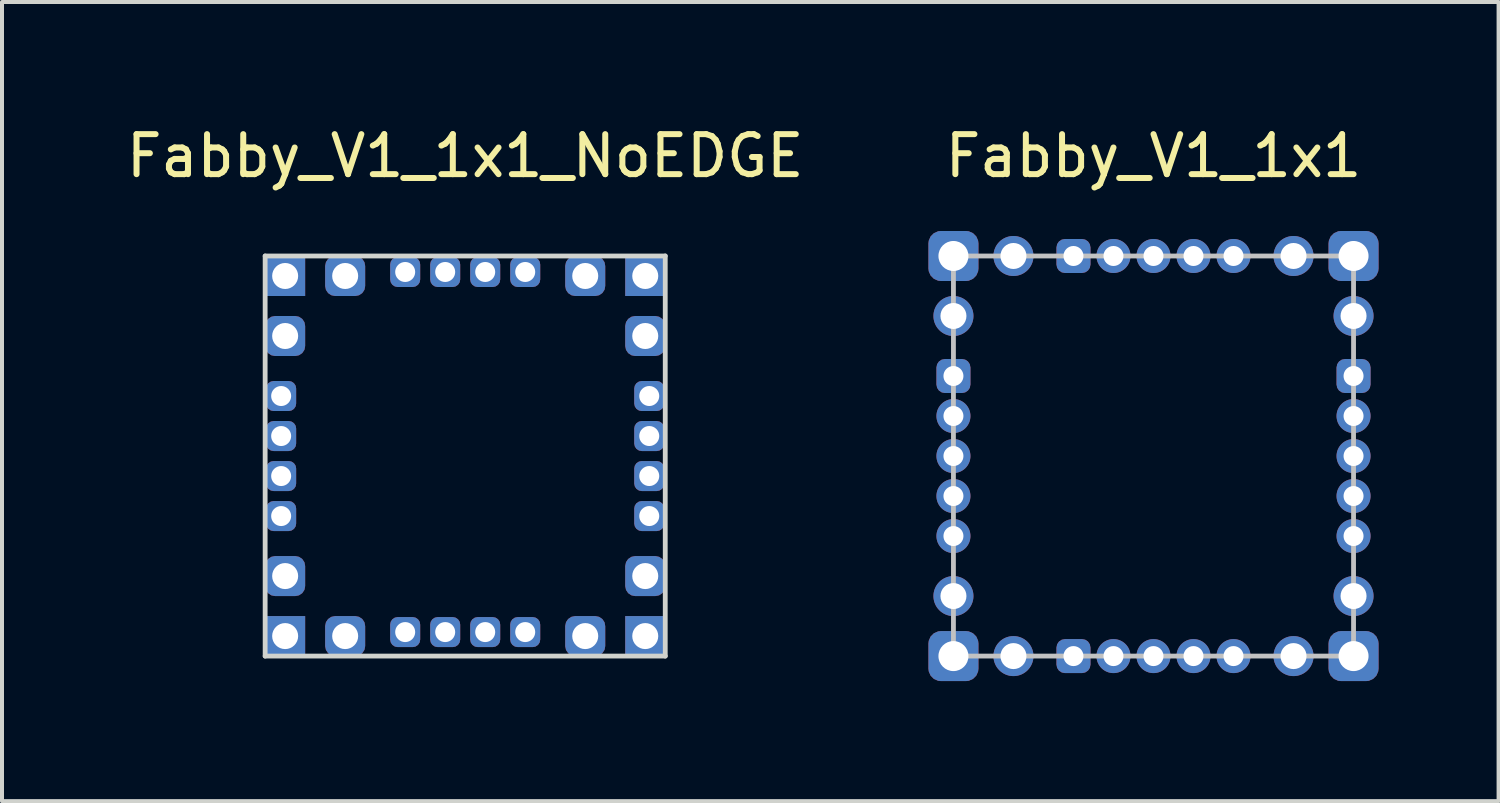
<source format=kicad_pcb>
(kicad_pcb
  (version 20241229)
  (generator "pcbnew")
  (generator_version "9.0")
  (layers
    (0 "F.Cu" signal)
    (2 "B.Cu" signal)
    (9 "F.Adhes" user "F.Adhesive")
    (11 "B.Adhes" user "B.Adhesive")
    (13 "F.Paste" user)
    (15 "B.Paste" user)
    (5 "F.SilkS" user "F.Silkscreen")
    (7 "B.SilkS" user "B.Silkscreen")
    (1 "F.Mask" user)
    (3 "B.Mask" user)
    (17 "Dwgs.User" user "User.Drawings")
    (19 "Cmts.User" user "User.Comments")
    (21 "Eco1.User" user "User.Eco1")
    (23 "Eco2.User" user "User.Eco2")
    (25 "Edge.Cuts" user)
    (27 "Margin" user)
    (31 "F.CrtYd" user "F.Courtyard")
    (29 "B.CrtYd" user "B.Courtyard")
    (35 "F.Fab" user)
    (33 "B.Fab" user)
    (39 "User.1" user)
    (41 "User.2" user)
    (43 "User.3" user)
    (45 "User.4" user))
  (footprint "Fabby_V1_1x1"
    (layer "F.Cu")
    (at 25.78 8.348)
    (property "Reference" "Fabby_V1_1x1" (at 0 -7.5 0) (layer "F.SilkS") (effects (font (size 1 1) (thickness 0.15))))
    (attr through_hole)
    (fp_line (start -5 -5) (end 5 -5) (stroke (width 0.12) (type solid)) (layer "Dwgs.User"))
    (fp_line (start -5 5) (end -5 -5) (stroke (width 0.12) (type solid)) (layer "Dwgs.User"))
    (fp_line (start 5 -5) (end 5 5) (stroke (width 0.12) (type solid)) (layer "Dwgs.User"))
    (fp_line (start 5 5) (end -5 5) (stroke (width 0.12) (type solid)) (layer "Dwgs.User"))
    (pad "1" thru_hole roundrect (at -5 -5) (size 1.25 1.25) (drill 0.75) (layers "*.Cu" "*.Mask") (roundrect_rratio 0.25))
    (pad "2" thru_hole circle (at -3.5 -5) (size 1 1) (drill 0.65) (layers "*.Cu" "*.Mask"))
    (pad "3" thru_hole circle (at 3.5 -5 270) (size 1 1) (drill 0.65) (layers "*.Cu" "*.Mask"))
    (pad "4" thru_hole roundrect (at 5 -5 270) (size 1.25 1.25) (drill 0.75) (layers "*.Cu" "*.Mask") (roundrect_rratio 0.25))
    (pad "5" thru_hole circle (at 5 -3.5 270) (size 1 1) (drill 0.65) (layers "*.Cu" "*.Mask"))
    (pad "6" thru_hole circle (at 5 3.5 180) (size 1 1) (drill 0.65) (layers "*.Cu" "*.Mask"))
    (pad "7" thru_hole roundrect (at 5 5 180) (size 1.25 1.25) (drill 0.75) (layers "*.Cu" "*.Mask") (roundrect_rratio 0.25))
    (pad "8" thru_hole circle (at 3.5 5 180) (size 1 1) (drill 0.65) (layers "*.Cu" "*.Mask"))
    (pad "9" thru_hole circle (at -3.5 5 90) (size 1 1) (drill 0.65) (layers "*.Cu" "*.Mask"))
    (pad "10" thru_hole roundrect (at -5 5 90) (size 1.25 1.25) (drill 0.75) (layers "*.Cu" "*.Mask") (roundrect_rratio 0.25))
    (pad "11" thru_hole circle (at -5 3.5 90) (size 1 1) (drill 0.65) (layers "*.Cu" "*.Mask"))
    (pad "12" thru_hole circle (at -5 -3.5) (size 1 1) (drill 0.65) (layers "*.Cu" "*.Mask"))
    (pad "13" thru_hole roundrect (at -2 -5 90) (size 0.85 0.85) (drill 0.5) (layers "*.Cu" "*.Mask") (roundrect_rratio 0.25))
    (pad "14" thru_hole circle (at -1 -5 90) (size 0.85 0.85) (drill 0.5) (layers "*.Cu" "*.Mask"))
    (pad "15" thru_hole circle (at 0 -5 90) (size 0.85 0.85) (drill 0.5) (layers "*.Cu" "*.Mask"))
    (pad "16" thru_hole circle (at 1 -5 90) (size 0.85 0.85) (drill 0.5) (layers "*.Cu" "*.Mask"))
    (pad "17" thru_hole circle (at 2 -5 90) (size 0.85 0.85) (drill 0.5) (layers "*.Cu" "*.Mask"))
    (pad "18" thru_hole roundrect (at -2 5 90) (size 0.85 0.85) (drill 0.5) (layers "*.Cu" "*.Mask") (roundrect_rratio 0.25))
    (pad "19" thru_hole circle (at -1 5 90) (size 0.85 0.85) (drill 0.5) (layers "*.Cu" "*.Mask"))
    (pad "20" thru_hole circle (at 0 5 90) (size 0.85 0.85) (drill 0.5) (layers "*.Cu" "*.Mask"))
    (pad "21" thru_hole circle (at 1 5 90) (size 0.85 0.85) (drill 0.5) (layers "*.Cu" "*.Mask"))
    (pad "22" thru_hole circle (at 2 5 90) (size 0.85 0.85) (drill 0.5) (layers "*.Cu" "*.Mask"))
    (pad "23" thru_hole roundrect (at -5 -2 90) (size 0.85 0.85) (drill 0.5) (layers "*.Cu" "*.Mask") (roundrect_rratio 0.25))
    (pad "24" thru_hole circle (at -5 -1 90) (size 0.85 0.85) (drill 0.5) (layers "*.Cu" "*.Mask"))
    (pad "25" thru_hole circle (at -5 0 90) (size 0.85 0.85) (drill 0.5) (layers "*.Cu" "*.Mask"))
    (pad "26" thru_hole circle (at -5 1 90) (size 0.85 0.85) (drill 0.5) (layers "*.Cu" "*.Mask"))
    (pad "27" thru_hole circle (at -5 2 90) (size 0.85 0.85) (drill 0.5) (layers "*.Cu" "*.Mask"))
    (pad "28" thru_hole roundrect (at 5 -2 90) (size 0.85 0.85) (drill 0.5) (layers "*.Cu" "*.Mask") (roundrect_rratio 0.25))
    (pad "29" thru_hole circle (at 5 -1 90) (size 0.85 0.85) (drill 0.5) (layers "*.Cu" "*.Mask"))
    (pad "30" thru_hole circle (at 5 0 90) (size 0.85 0.85) (drill 0.5) (layers "*.Cu" "*.Mask"))
    (pad "31" thru_hole circle (at 5 1 90) (size 0.85 0.85) (drill 0.5) (layers "*.Cu" "*.Mask"))
    (pad "32" thru_hole circle (at 5 2 90) (size 0.85 0.85) (drill 0.5) (layers "*.Cu" "*.Mask")))
  (footprint "Fabby_V1_1x1_NoEDGE"
    (layer "F.Cu")
    (at 8.577 8.348)
    (property "Reference" "Fabby_V1_1x1_NoEDGE" (at 0 -7.5 0) (layer "F.SilkS") (effects (font (size 1 1) (thickness 0.15))))
    (attr through_hole)
    (fp_line (start -5 -5) (end 5 -5) (stroke (width 0.12) (type solid)) (layer "Edge.Cuts"))
    (fp_line (start -5 5) (end -5 -5) (stroke (width 0.12) (type solid)) (layer "Edge.Cuts"))
    (fp_line (start 5 -5) (end 5 5) (stroke (width 0.12) (type solid)) (layer "Edge.Cuts"))
    (fp_line (start 5 5) (end -5 5) (stroke (width 0.12) (type solid)) (layer "Edge.Cuts"))
    (pad "1" thru_hole rect (at -4.5 -4.5) (size 1 1) (drill 0.65) (layers "*.Cu" "*.Mask"))
    (pad "1" thru_hole rect (at -4.5 4.5) (size 1 1) (drill 0.65) (layers "*.Cu" "*.Mask"))
    (pad "2" thru_hole roundrect (at -4.5 3 90) (size 1 1) (drill 0.65) (layers "*.Cu" "*.Mask") (roundrect_rratio 0.25))
    (pad "2" thru_hole roundrect (at -3 -4.5) (size 1 1) (drill 0.65) (layers "*.Cu" "*.Mask") (roundrect_rratio 0.25))
    (pad "2" thru_hole roundrect (at -3 4.5) (size 1 1) (drill 0.65) (layers "*.Cu" "*.Mask") (roundrect_rratio 0.25))
    (pad "2" thru_hole roundrect (at 4.5 -3 270) (size 1 1) (drill 0.65) (layers "*.Cu" "*.Mask") (roundrect_rratio 0.25))
    (pad "3" thru_hole roundrect (at -4.5 -3) (size 1 1) (drill 0.65) (layers "*.Cu" "*.Mask") (roundrect_rratio 0.25))
    (pad "3" thru_hole roundrect (at 3 -4.5 270) (size 1 1) (drill 0.65) (layers "*.Cu" "*.Mask") (roundrect_rratio 0.25))
    (pad "3" thru_hole roundrect (at 3 4.5 270) (size 1 1) (drill 0.65) (layers "*.Cu" "*.Mask") (roundrect_rratio 0.25))
    (pad "3" thru_hole roundrect (at 4.5 3 180) (size 1 1) (drill 0.65) (layers "*.Cu" "*.Mask") (roundrect_rratio 0.25))
    (pad "4" thru_hole rect (at 4.5 -4.5 270) (size 1 1) (drill 0.65) (layers "*.Cu" "*.Mask"))
    (pad "4" thru_hole rect (at 4.5 4.5 270) (size 1 1) (drill 0.65) (layers "*.Cu" "*.Mask"))
    (pad "13" thru_hole roundrect (at -4.6 1.5 180) (size 0.75 0.75) (drill 0.5) (layers "*.Cu" "*.Mask") (roundrect_rratio 0.25))
    (pad "13" thru_hole roundrect (at -1.5 -4.6 90) (size 0.75 0.75) (drill 0.5) (layers "*.Cu" "*.Mask") (roundrect_rratio 0.25))
    (pad "13" thru_hole roundrect (at -1.5 4.4 90) (size 0.75 0.75) (drill 0.5) (layers "*.Cu" "*.Mask") (roundrect_rratio 0.25))
    (pad "13" thru_hole roundrect (at 4.6 -1.5) (size 0.75 0.75) (drill 0.5) (layers "*.Cu" "*.Mask") (roundrect_rratio 0.25))
    (pad "14" thru_hole roundrect (at -4.6 0.5 180) (size 0.75 0.75) (drill 0.5) (layers "*.Cu" "*.Mask") (roundrect_rratio 0.25))
    (pad "14" thru_hole roundrect (at -0.5 -4.6 90) (size 0.75 0.75) (drill 0.5) (layers "*.Cu" "*.Mask") (roundrect_rratio 0.25))
    (pad "14" thru_hole roundrect (at -0.5 4.4 90) (size 0.75 0.75) (drill 0.5) (layers "*.Cu" "*.Mask") (roundrect_rratio 0.25))
    (pad "14" thru_hole roundrect (at 4.6 -0.5) (size 0.75 0.75) (drill 0.5) (layers "*.Cu" "*.Mask") (roundrect_rratio 0.25))
    (pad "15" thru_hole roundrect (at -4.6 -0.5 180) (size 0.75 0.75) (drill 0.5) (layers "*.Cu" "*.Mask") (roundrect_rratio 0.25))
    (pad "15" thru_hole roundrect (at 0.5 -4.6 90) (size 0.75 0.75) (drill 0.5) (layers "*.Cu" "*.Mask") (roundrect_rratio 0.25))
    (pad "15" thru_hole roundrect (at 0.5 4.4 90) (size 0.75 0.75) (drill 0.5) (layers "*.Cu" "*.Mask") (roundrect_rratio 0.25))
    (pad "15" thru_hole roundrect (at 4.6 0.5) (size 0.75 0.75) (drill 0.5) (layers "*.Cu" "*.Mask") (roundrect_rratio 0.25))
    (pad "16" thru_hole roundrect (at -4.6 -1.5 180) (size 0.75 0.75) (drill 0.5) (layers "*.Cu" "*.Mask") (roundrect_rratio 0.25))
    (pad "16" thru_hole roundrect (at 1.5 -4.6 90) (size 0.75 0.75) (drill 0.5) (layers "*.Cu" "*.Mask") (roundrect_rratio 0.25))
    (pad "16" thru_hole roundrect (at 1.5 4.4 90) (size 0.75 0.75) (drill 0.5) (layers "*.Cu" "*.Mask") (roundrect_rratio 0.25))
    (pad "16" thru_hole roundrect (at 4.6 1.5) (size 0.75 0.75) (drill 0.5) (layers "*.Cu" "*.Mask") (roundrect_rratio 0.25)))
  (gr_rect
    (start -3 -3)
    (end 34.405 16.973)
    (stroke (width 0.1) (type default))
    (fill no)
    (layer "Edge.Cuts")))
</source>
